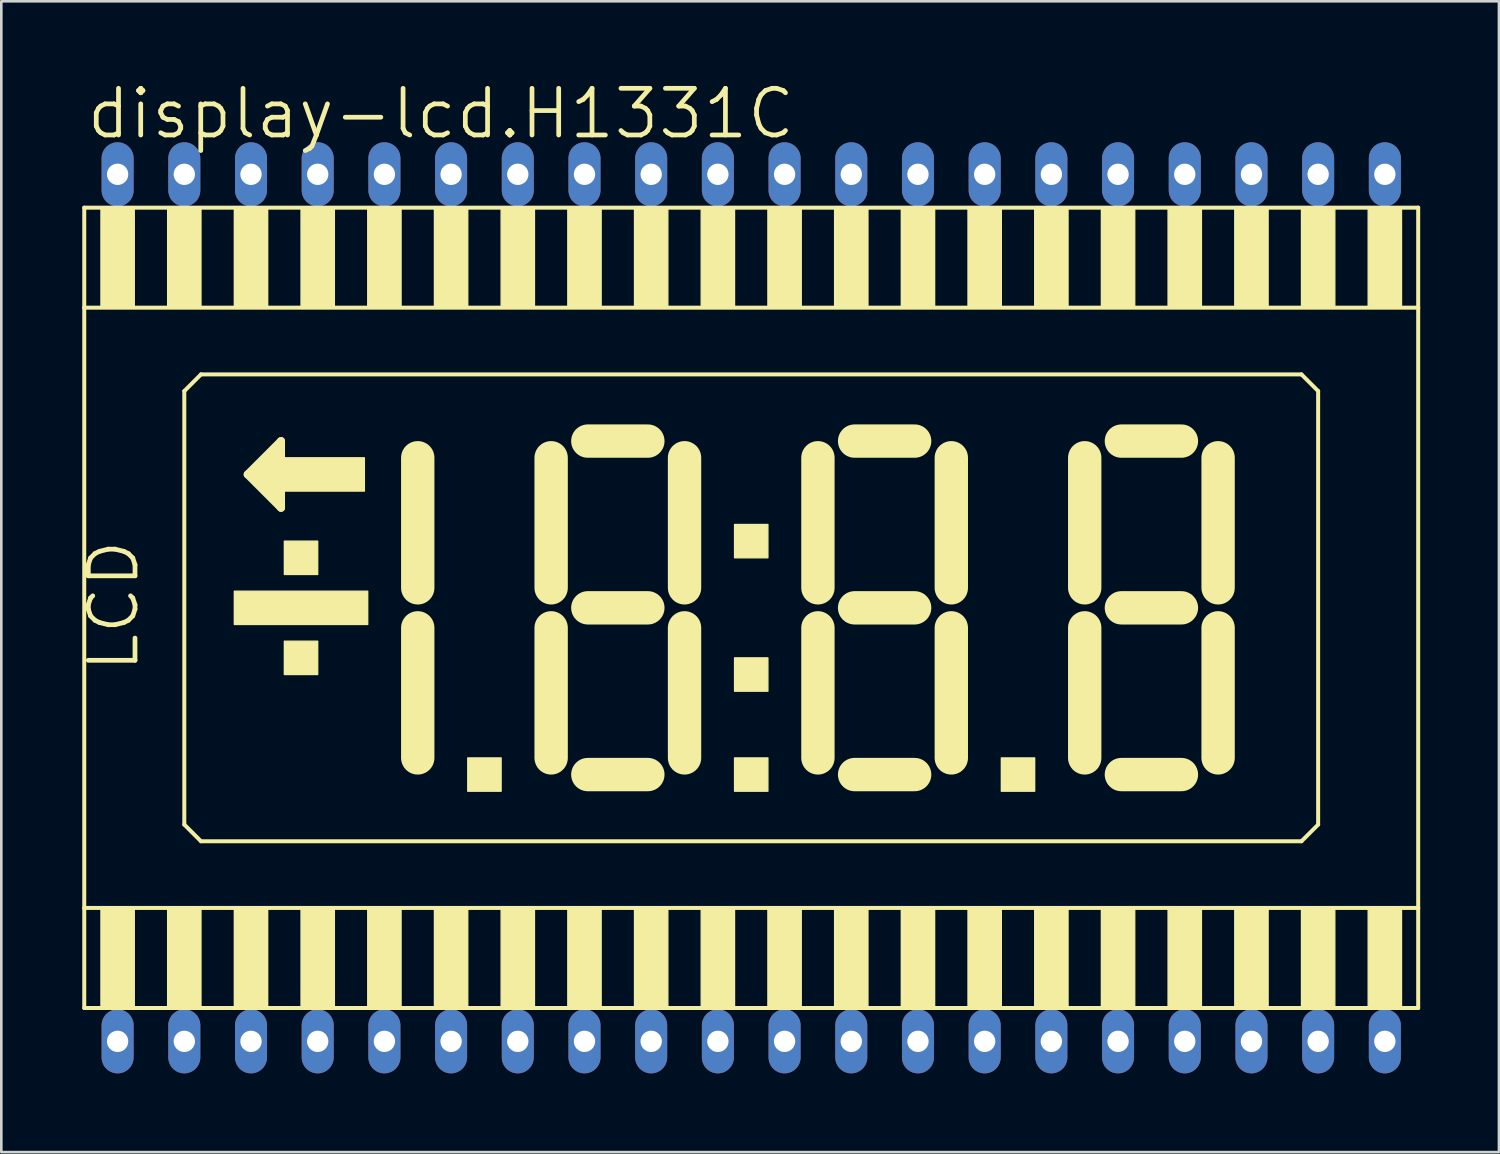
<source format=kicad_pcb>
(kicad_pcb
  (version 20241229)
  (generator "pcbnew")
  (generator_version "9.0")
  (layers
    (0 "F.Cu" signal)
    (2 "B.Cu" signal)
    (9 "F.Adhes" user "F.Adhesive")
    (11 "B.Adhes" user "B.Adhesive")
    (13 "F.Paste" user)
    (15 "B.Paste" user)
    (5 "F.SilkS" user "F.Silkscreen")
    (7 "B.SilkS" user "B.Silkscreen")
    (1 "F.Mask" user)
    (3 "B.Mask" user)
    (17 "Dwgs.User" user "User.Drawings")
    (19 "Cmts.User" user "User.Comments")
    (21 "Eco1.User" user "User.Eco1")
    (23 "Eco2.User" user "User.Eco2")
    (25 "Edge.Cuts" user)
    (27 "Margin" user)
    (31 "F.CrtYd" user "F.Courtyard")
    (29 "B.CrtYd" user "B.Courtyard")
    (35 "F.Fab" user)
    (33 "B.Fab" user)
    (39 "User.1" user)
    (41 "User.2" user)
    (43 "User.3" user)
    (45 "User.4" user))
  (footprint "display-lcd.H1331C"
    (layer "F.Cu")
    (at 25.559 20.098)
    (property "Reference" "display-lcd.H1331C" (at -25.4 -17.78 0) (layer "F.SilkS") (effects (font (size 1.778 1.778) (thickness 0.18)) (justify left bottom)))
    (attr through_hole)
    (fp_line (start -25.4 -15.24) (end -25.4 -11.43) (stroke (width 0.152) (type default)) (layer "F.SilkS"))
    (fp_line (start -25.4 -11.43) (end -25.4 11.43) (stroke (width 0.152) (type default)) (layer "F.SilkS"))
    (fp_line (start -25.4 -11.43) (end 25.4 -11.43) (stroke (width 0.152) (type default)) (layer "F.SilkS"))
    (fp_line (start -25.4 11.43) (end -25.4 15.24) (stroke (width 0.152) (type default)) (layer "F.SilkS"))
    (fp_line (start -25.4 15.24) (end 25.4 15.24) (stroke (width 0.152) (type default)) (layer "F.SilkS"))
    (fp_line (start -21.59 -8.255) (end -21.59 8.255) (stroke (width 0.152) (type default)) (layer "F.SilkS"))
    (fp_line (start -21.59 8.255) (end -20.955 8.89) (stroke (width 0.152) (type default)) (layer "F.SilkS"))
    (fp_line (start -20.955 -8.89) (end -21.59 -8.255) (stroke (width 0.152) (type default)) (layer "F.SilkS"))
    (fp_line (start -20.955 8.89) (end 20.955 8.89) (stroke (width 0.152) (type default)) (layer "F.SilkS"))
    (fp_line (start -19.177 -5.08) (end -17.907 -6.35) (stroke (width 0.305) (type default)) (layer "F.SilkS"))
    (fp_line (start -17.907 -6.35) (end -17.907 -3.81) (stroke (width 0.305) (type default)) (layer "F.SilkS"))
    (fp_line (start -17.907 -3.81) (end -19.177 -5.08) (stroke (width 0.305) (type default)) (layer "F.SilkS"))
    (fp_line (start -12.7 -0.762) (end -12.7 -5.715) (stroke (width 1.27) (type default)) (layer "F.SilkS"))
    (fp_line (start -12.7 5.715) (end -12.7 0.762) (stroke (width 1.27) (type default)) (layer "F.SilkS"))
    (fp_line (start -7.62 -5.715) (end -7.62 -0.762) (stroke (width 1.27) (type default)) (layer "F.SilkS"))
    (fp_line (start -7.62 0.762) (end -7.62 5.715) (stroke (width 1.27) (type default)) (layer "F.SilkS"))
    (fp_line (start -6.223 -6.35) (end -3.937 -6.35) (stroke (width 1.27) (type default)) (layer "F.SilkS"))
    (fp_line (start -6.223 0) (end -3.937 0) (stroke (width 1.27) (type default)) (layer "F.SilkS"))
    (fp_line (start -6.223 6.35) (end -3.937 6.35) (stroke (width 1.27) (type default)) (layer "F.SilkS"))
    (fp_line (start -2.54 -0.762) (end -2.54 -5.715) (stroke (width 1.27) (type default)) (layer "F.SilkS"))
    (fp_line (start -2.54 5.715) (end -2.54 0.762) (stroke (width 1.27) (type default)) (layer "F.SilkS"))
    (fp_line (start 2.54 -5.715) (end 2.54 -0.762) (stroke (width 1.27) (type default)) (layer "F.SilkS"))
    (fp_line (start 2.54 0.762) (end 2.54 5.715) (stroke (width 1.27) (type default)) (layer "F.SilkS"))
    (fp_line (start 3.937 -6.35) (end 6.223 -6.35) (stroke (width 1.27) (type default)) (layer "F.SilkS"))
    (fp_line (start 3.937 0) (end 6.223 0) (stroke (width 1.27) (type default)) (layer "F.SilkS"))
    (fp_line (start 3.937 6.35) (end 6.223 6.35) (stroke (width 1.27) (type default)) (layer "F.SilkS"))
    (fp_line (start 7.62 -0.762) (end 7.62 -5.715) (stroke (width 1.27) (type default)) (layer "F.SilkS"))
    (fp_line (start 7.62 5.715) (end 7.62 0.762) (stroke (width 1.27) (type default)) (layer "F.SilkS"))
    (fp_line (start 12.7 -5.715) (end 12.7 -0.762) (stroke (width 1.27) (type default)) (layer "F.SilkS"))
    (fp_line (start 12.7 0.762) (end 12.7 5.715) (stroke (width 1.27) (type default)) (layer "F.SilkS"))
    (fp_line (start 14.097 -6.35) (end 16.383 -6.35) (stroke (width 1.27) (type default)) (layer "F.SilkS"))
    (fp_line (start 14.097 0) (end 16.383 0) (stroke (width 1.27) (type default)) (layer "F.SilkS"))
    (fp_line (start 14.097 6.35) (end 16.383 6.35) (stroke (width 1.27) (type default)) (layer "F.SilkS"))
    (fp_line (start 17.78 -0.762) (end 17.78 -5.715) (stroke (width 1.27) (type default)) (layer "F.SilkS"))
    (fp_line (start 17.78 5.715) (end 17.78 0.762) (stroke (width 1.27) (type default)) (layer "F.SilkS"))
    (fp_line (start 20.955 -8.89) (end -20.955 -8.89) (stroke (width 0.152) (type default)) (layer "F.SilkS"))
    (fp_line (start 20.955 8.89) (end 21.59 8.255) (stroke (width 0.152) (type default)) (layer "F.SilkS"))
    (fp_line (start 21.59 -8.255) (end 20.955 -8.89) (stroke (width 0.152) (type default)) (layer "F.SilkS"))
    (fp_line (start 21.59 8.255) (end 21.59 -8.255) (stroke (width 0.152) (type default)) (layer "F.SilkS"))
    (fp_line (start 25.4 -15.24) (end -25.4 -15.24) (stroke (width 0.152) (type default)) (layer "F.SilkS"))
    (fp_line (start 25.4 -11.43) (end 25.4 -15.24) (stroke (width 0.152) (type default)) (layer "F.SilkS"))
    (fp_line (start 25.4 11.43) (end -25.4 11.43) (stroke (width 0.152) (type default)) (layer "F.SilkS"))
    (fp_line (start 25.4 11.43) (end 25.4 -11.43) (stroke (width 0.152) (type default)) (layer "F.SilkS"))
    (fp_line (start 25.4 15.24) (end 25.4 11.43) (stroke (width 0.152) (type default)) (layer "F.SilkS"))
    (fp_rect (start -24.765 -11.43) (end -23.495 -15.24) (stroke (width 0.05) (type default)) (fill yes) (layer "F.SilkS"))
    (fp_rect (start -24.765 15.24) (end -23.495 11.43) (stroke (width 0.05) (type default)) (fill yes) (layer "F.SilkS"))
    (fp_rect (start -22.225 -11.43) (end -20.955 -15.24) (stroke (width 0.05) (type default)) (fill yes) (layer "F.SilkS"))
    (fp_rect (start -22.225 15.24) (end -20.955 11.43) (stroke (width 0.05) (type default)) (fill yes) (layer "F.SilkS"))
    (fp_rect (start -19.685 -11.43) (end -18.415 -15.24) (stroke (width 0.05) (type default)) (fill yes) (layer "F.SilkS"))
    (fp_rect (start -19.685 0.635) (end -14.605 -0.635) (stroke (width 0.05) (type default)) (fill yes) (layer "F.SilkS"))
    (fp_rect (start -19.685 15.24) (end -18.415 11.43) (stroke (width 0.05) (type default)) (fill yes) (layer "F.SilkS"))
    (fp_rect (start -19.05 -4.953) (end -18.542 -5.207) (stroke (width 0.05) (type default)) (fill yes) (layer "F.SilkS"))
    (fp_rect (start -18.923 -5.207) (end -18.542 -5.334) (stroke (width 0.05) (type default)) (fill yes) (layer "F.SilkS"))
    (fp_rect (start -18.923 -4.826) (end -18.542 -4.953) (stroke (width 0.05) (type default)) (fill yes) (layer "F.SilkS"))
    (fp_rect (start -18.796 -5.334) (end -18.542 -5.461) (stroke (width 0.05) (type default)) (fill yes) (layer "F.SilkS"))
    (fp_rect (start -18.796 -4.699) (end -18.542 -4.826) (stroke (width 0.05) (type default)) (fill yes) (layer "F.SilkS"))
    (fp_rect (start -18.669 -5.461) (end -18.542 -5.588) (stroke (width 0.05) (type default)) (fill yes) (layer "F.SilkS"))
    (fp_rect (start -18.669 -4.572) (end -18.542 -4.699) (stroke (width 0.05) (type default)) (fill yes) (layer "F.SilkS"))
    (fp_rect (start -18.542 -4.445) (end -14.732 -5.715) (stroke (width 0.05) (type default)) (fill yes) (layer "F.SilkS"))
    (fp_rect (start -18.415 -5.715) (end -17.907 -5.969) (stroke (width 0.05) (type default)) (fill yes) (layer "F.SilkS"))
    (fp_rect (start -18.415 -4.191) (end -17.907 -4.445) (stroke (width 0.05) (type default)) (fill yes) (layer "F.SilkS"))
    (fp_rect (start -18.161 -5.969) (end -17.907 -6.096) (stroke (width 0.05) (type default)) (fill yes) (layer "F.SilkS"))
    (fp_rect (start -18.161 -4.064) (end -17.907 -4.191) (stroke (width 0.05) (type default)) (fill yes) (layer "F.SilkS"))
    (fp_rect (start -17.78 -1.27) (end -16.51 -2.54) (stroke (width 0.05) (type default)) (fill yes) (layer "F.SilkS"))
    (fp_rect (start -17.78 2.54) (end -16.51 1.27) (stroke (width 0.05) (type default)) (fill yes) (layer "F.SilkS"))
    (fp_rect (start -17.145 -11.43) (end -15.875 -15.24) (stroke (width 0.05) (type default)) (fill yes) (layer "F.SilkS"))
    (fp_rect (start -17.145 15.24) (end -15.875 11.43) (stroke (width 0.05) (type default)) (fill yes) (layer "F.SilkS"))
    (fp_rect (start -14.605 -11.43) (end -13.335 -15.24) (stroke (width 0.05) (type default)) (fill yes) (layer "F.SilkS"))
    (fp_rect (start -14.605 15.24) (end -13.335 11.43) (stroke (width 0.05) (type default)) (fill yes) (layer "F.SilkS"))
    (fp_rect (start -12.065 -11.43) (end -10.795 -15.24) (stroke (width 0.05) (type default)) (fill yes) (layer "F.SilkS"))
    (fp_rect (start -12.065 15.24) (end -10.795 11.43) (stroke (width 0.05) (type default)) (fill yes) (layer "F.SilkS"))
    (fp_rect (start -10.795 6.985) (end -9.525 5.715) (stroke (width 0.05) (type default)) (fill yes) (layer "F.SilkS"))
    (fp_rect (start -9.525 -11.43) (end -8.255 -15.24) (stroke (width 0.05) (type default)) (fill yes) (layer "F.SilkS"))
    (fp_rect (start -9.525 15.24) (end -8.255 11.43) (stroke (width 0.05) (type default)) (fill yes) (layer "F.SilkS"))
    (fp_rect (start -6.985 -11.43) (end -5.715 -15.24) (stroke (width 0.05) (type default)) (fill yes) (layer "F.SilkS"))
    (fp_rect (start -6.985 15.24) (end -5.715 11.43) (stroke (width 0.05) (type default)) (fill yes) (layer "F.SilkS"))
    (fp_rect (start -4.445 -11.43) (end -3.175 -15.24) (stroke (width 0.05) (type default)) (fill yes) (layer "F.SilkS"))
    (fp_rect (start -4.445 15.24) (end -3.175 11.43) (stroke (width 0.05) (type default)) (fill yes) (layer "F.SilkS"))
    (fp_rect (start -1.905 -11.43) (end -0.635 -15.24) (stroke (width 0.05) (type default)) (fill yes) (layer "F.SilkS"))
    (fp_rect (start -1.905 15.24) (end -0.635 11.43) (stroke (width 0.05) (type default)) (fill yes) (layer "F.SilkS"))
    (fp_rect (start -0.635 -1.905) (end 0.635 -3.175) (stroke (width 0.05) (type default)) (fill yes) (layer "F.SilkS"))
    (fp_rect (start -0.635 3.175) (end 0.635 1.905) (stroke (width 0.05) (type default)) (fill yes) (layer "F.SilkS"))
    (fp_rect (start -0.635 6.985) (end 0.635 5.715) (stroke (width 0.05) (type default)) (fill yes) (layer "F.SilkS"))
    (fp_rect (start 0.635 -11.43) (end 1.905 -15.24) (stroke (width 0.05) (type default)) (fill yes) (layer "F.SilkS"))
    (fp_rect (start 0.635 15.24) (end 1.905 11.43) (stroke (width 0.05) (type default)) (fill yes) (layer "F.SilkS"))
    (fp_rect (start 3.175 -11.43) (end 4.445 -15.24) (stroke (width 0.05) (type default)) (fill yes) (layer "F.SilkS"))
    (fp_rect (start 3.175 15.24) (end 4.445 11.43) (stroke (width 0.05) (type default)) (fill yes) (layer "F.SilkS"))
    (fp_rect (start 5.715 -11.43) (end 6.985 -15.24) (stroke (width 0.05) (type default)) (fill yes) (layer "F.SilkS"))
    (fp_rect (start 5.715 15.24) (end 6.985 11.43) (stroke (width 0.05) (type default)) (fill yes) (layer "F.SilkS"))
    (fp_rect (start 8.255 -11.43) (end 9.525 -15.24) (stroke (width 0.05) (type default)) (fill yes) (layer "F.SilkS"))
    (fp_rect (start 8.255 15.24) (end 9.525 11.43) (stroke (width 0.05) (type default)) (fill yes) (layer "F.SilkS"))
    (fp_rect (start 9.525 6.985) (end 10.795 5.715) (stroke (width 0.05) (type default)) (fill yes) (layer "F.SilkS"))
    (fp_rect (start 10.795 -11.43) (end 12.065 -15.24) (stroke (width 0.05) (type default)) (fill yes) (layer "F.SilkS"))
    (fp_rect (start 10.795 15.24) (end 12.065 11.43) (stroke (width 0.05) (type default)) (fill yes) (layer "F.SilkS"))
    (fp_rect (start 13.335 -11.43) (end 14.605 -15.24) (stroke (width 0.05) (type default)) (fill yes) (layer "F.SilkS"))
    (fp_rect (start 13.335 15.24) (end 14.605 11.43) (stroke (width 0.05) (type default)) (fill yes) (layer "F.SilkS"))
    (fp_rect (start 15.875 -11.43) (end 17.145 -15.24) (stroke (width 0.05) (type default)) (fill yes) (layer "F.SilkS"))
    (fp_rect (start 15.875 15.24) (end 17.145 11.43) (stroke (width 0.05) (type default)) (fill yes) (layer "F.SilkS"))
    (fp_rect (start 18.415 -11.43) (end 19.685 -15.24) (stroke (width 0.05) (type default)) (fill yes) (layer "F.SilkS"))
    (fp_rect (start 18.415 15.24) (end 19.685 11.43) (stroke (width 0.05) (type default)) (fill yes) (layer "F.SilkS"))
    (fp_rect (start 20.955 -11.43) (end 22.225 -15.24) (stroke (width 0.05) (type default)) (fill yes) (layer "F.SilkS"))
    (fp_rect (start 20.955 15.24) (end 22.225 11.43) (stroke (width 0.05) (type default)) (fill yes) (layer "F.SilkS"))
    (fp_rect (start 23.495 -11.43) (end 24.765 -15.24) (stroke (width 0.05) (type default)) (fill yes) (layer "F.SilkS"))
    (fp_rect (start 23.495 15.24) (end 24.765 11.43) (stroke (width 0.05) (type default)) (fill yes) (layer "F.SilkS"))
    (fp_text user "LCD" (at -23.241 2.54 90) (layer "F.SilkS") (effects (font (size 1.778 1.778) (thickness 0.18)) (justify left bottom)))
    (pad "1" thru_hole oval (at -24.13 16.51 90) (size 2.438 1.219) (drill 0.813) (layers "*.Cu" "*.Mask"))
    (pad "2" thru_hole oval (at -21.59 16.51 90) (size 2.438 1.219) (drill 0.813) (layers "*.Cu" "*.Mask"))
    (pad "3" thru_hole oval (at -19.05 16.51 90) (size 2.438 1.219) (drill 0.813) (layers "*.Cu" "*.Mask"))
    (pad "4" thru_hole oval (at -16.51 16.51 90) (size 2.438 1.219) (drill 0.813) (layers "*.Cu" "*.Mask"))
    (pad "5" thru_hole oval (at -13.97 16.51 90) (size 2.438 1.219) (drill 0.813) (layers "*.Cu" "*.Mask"))
    (pad "6" thru_hole oval (at -11.43 16.51 90) (size 2.438 1.219) (drill 0.813) (layers "*.Cu" "*.Mask"))
    (pad "7" thru_hole oval (at -8.89 16.51 90) (size 2.438 1.219) (drill 0.813) (layers "*.Cu" "*.Mask"))
    (pad "8" thru_hole oval (at -6.35 16.51 90) (size 2.438 1.219) (drill 0.813) (layers "*.Cu" "*.Mask"))
    (pad "9" thru_hole oval (at -3.81 16.51 90) (size 2.438 1.219) (drill 0.813) (layers "*.Cu" "*.Mask"))
    (pad "10" thru_hole oval (at -1.27 16.51 90) (size 2.438 1.219) (drill 0.813) (layers "*.Cu" "*.Mask"))
    (pad "11" thru_hole oval (at 1.27 16.51 90) (size 2.438 1.219) (drill 0.813) (layers "*.Cu" "*.Mask"))
    (pad "12" thru_hole oval (at 3.81 16.51 90) (size 2.438 1.219) (drill 0.813) (layers "*.Cu" "*.Mask"))
    (pad "13" thru_hole oval (at 6.35 16.51 90) (size 2.438 1.219) (drill 0.813) (layers "*.Cu" "*.Mask"))
    (pad "14" thru_hole oval (at 8.89 16.51 90) (size 2.438 1.219) (drill 0.813) (layers "*.Cu" "*.Mask"))
    (pad "15" thru_hole oval (at 11.43 16.51 90) (size 2.438 1.219) (drill 0.813) (layers "*.Cu" "*.Mask"))
    (pad "16" thru_hole oval (at 13.97 16.51 90) (size 2.438 1.219) (drill 0.813) (layers "*.Cu" "*.Mask"))
    (pad "17" thru_hole oval (at 16.51 16.51 90) (size 2.438 1.219) (drill 0.813) (layers "*.Cu" "*.Mask"))
    (pad "18" thru_hole oval (at 19.05 16.51 90) (size 2.438 1.219) (drill 0.813) (layers "*.Cu" "*.Mask"))
    (pad "19" thru_hole oval (at 21.59 16.51 90) (size 2.438 1.219) (drill 0.813) (layers "*.Cu" "*.Mask"))
    (pad "20" thru_hole oval (at 24.13 16.51 90) (size 2.438 1.219) (drill 0.813) (layers "*.Cu" "*.Mask"))
    (pad "21" thru_hole oval (at 24.13 -16.51 90) (size 2.438 1.219) (drill 0.813) (layers "*.Cu" "*.Mask"))
    (pad "22" thru_hole oval (at 21.59 -16.51 90) (size 2.438 1.219) (drill 0.813) (layers "*.Cu" "*.Mask"))
    (pad "23" thru_hole oval (at 19.05 -16.51 90) (size 2.438 1.219) (drill 0.813) (layers "*.Cu" "*.Mask"))
    (pad "24" thru_hole oval (at 16.51 -16.51 90) (size 2.438 1.219) (drill 0.813) (layers "*.Cu" "*.Mask"))
    (pad "25" thru_hole oval (at 13.97 -16.51 90) (size 2.438 1.219) (drill 0.813) (layers "*.Cu" "*.Mask"))
    (pad "26" thru_hole oval (at 11.43 -16.51 90) (size 2.438 1.219) (drill 0.813) (layers "*.Cu" "*.Mask"))
    (pad "27" thru_hole oval (at 8.89 -16.51 90) (size 2.438 1.219) (drill 0.813) (layers "*.Cu" "*.Mask"))
    (pad "28" thru_hole oval (at 6.35 -16.51 90) (size 2.438 1.219) (drill 0.813) (layers "*.Cu" "*.Mask"))
    (pad "29" thru_hole oval (at 3.81 -16.51 90) (size 2.438 1.219) (drill 0.813) (layers "*.Cu" "*.Mask"))
    (pad "30" thru_hole oval (at 1.27 -16.51 90) (size 2.438 1.219) (drill 0.813) (layers "*.Cu" "*.Mask"))
    (pad "31" thru_hole oval (at -1.27 -16.51 90) (size 2.438 1.219) (drill 0.813) (layers "*.Cu" "*.Mask"))
    (pad "32" thru_hole oval (at -3.81 -16.51 90) (size 2.438 1.219) (drill 0.813) (layers "*.Cu" "*.Mask"))
    (pad "33" thru_hole oval (at -6.35 -16.51 90) (size 2.438 1.219) (drill 0.813) (layers "*.Cu" "*.Mask"))
    (pad "34" thru_hole oval (at -8.89 -16.51 90) (size 2.438 1.219) (drill 0.813) (layers "*.Cu" "*.Mask"))
    (pad "35" thru_hole oval (at -11.43 -16.51 90) (size 2.438 1.219) (drill 0.813) (layers "*.Cu" "*.Mask"))
    (pad "36" thru_hole oval (at -13.97 -16.51 90) (size 2.438 1.219) (drill 0.813) (layers "*.Cu" "*.Mask"))
    (pad "37" thru_hole oval (at -16.51 -16.51 90) (size 2.438 1.219) (drill 0.813) (layers "*.Cu" "*.Mask"))
    (pad "38" thru_hole oval (at -19.05 -16.51 90) (size 2.438 1.219) (drill 0.813) (layers "*.Cu" "*.Mask"))
    (pad "39" thru_hole oval (at -21.59 -16.51 90) (size 2.438 1.219) (drill 0.813) (layers "*.Cu" "*.Mask"))
    (pad "40" thru_hole oval (at -24.13 -16.51 90) (size 2.438 1.219) (drill 0.813) (layers "*.Cu" "*.Mask")))
  (gr_rect
    (start -3 -3)
    (end 54.035 40.827)
    (stroke (width 0.1) (type default))
    (fill no)
    (layer "Edge.Cuts")))
</source>
